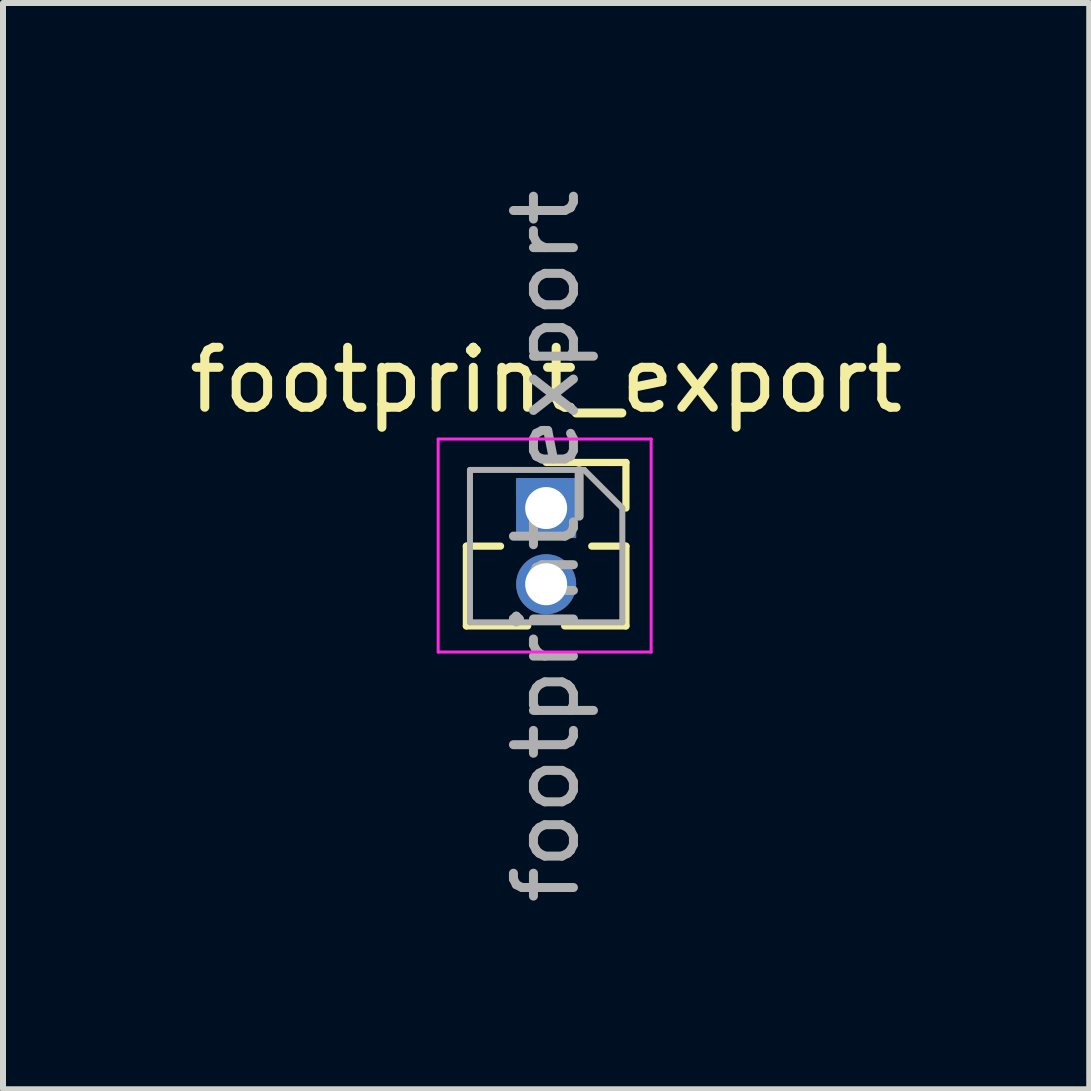
<source format=kicad_pcb>
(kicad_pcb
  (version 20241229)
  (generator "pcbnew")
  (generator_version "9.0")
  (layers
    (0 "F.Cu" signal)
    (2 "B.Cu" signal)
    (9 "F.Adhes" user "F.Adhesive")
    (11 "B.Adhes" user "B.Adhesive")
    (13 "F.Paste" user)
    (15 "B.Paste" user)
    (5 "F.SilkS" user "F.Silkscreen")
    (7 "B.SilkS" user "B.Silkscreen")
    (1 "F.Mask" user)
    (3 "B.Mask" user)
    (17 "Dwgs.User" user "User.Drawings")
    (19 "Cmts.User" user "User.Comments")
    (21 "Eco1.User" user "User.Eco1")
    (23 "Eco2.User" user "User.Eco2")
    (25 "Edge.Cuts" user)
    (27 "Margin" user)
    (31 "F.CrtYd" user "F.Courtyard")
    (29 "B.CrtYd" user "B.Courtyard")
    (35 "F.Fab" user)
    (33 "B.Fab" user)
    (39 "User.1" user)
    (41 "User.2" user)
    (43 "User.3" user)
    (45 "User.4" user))
  (footprint "footprint_export"
    (layer "F.Cu")
    (at 6.054 5.419)
    (property "Reference" "footprint_export" (at 0 -2.135 0) (layer "F.SilkS") (effects (font (size 1 1) (thickness 0.15))))
    (attr through_hole)
    (fp_line (start -1.33 0.635) (end -1.33 1.965) (stroke (width 0.12) (type solid)) (layer "F.SilkS"))
    (fp_line (start -1.33 0.635) (end -0.76 0.635) (stroke (width 0.12) (type solid)) (layer "F.SilkS"))
    (fp_line (start -1.33 1.965) (end -0.308 1.965) (stroke (width 0.12) (type solid)) (layer "F.SilkS"))
    (fp_line (start 0 -0.76) (end 1.33 -0.76) (stroke (width 0.12) (type solid)) (layer "F.SilkS"))
    (fp_line (start 0.308 1.965) (end 1.33 1.965) (stroke (width 0.12) (type solid)) (layer "F.SilkS"))
    (fp_line (start 0.76 0.635) (end 1.33 0.635) (stroke (width 0.12) (type solid)) (layer "F.SilkS"))
    (fp_line (start 1.33 -0.76) (end 1.33 0) (stroke (width 0.12) (type solid)) (layer "F.SilkS"))
    (fp_line (start 1.33 0.635) (end 1.33 1.965) (stroke (width 0.12) (type solid)) (layer "F.SilkS"))
    (fp_line (start -1.8 -1.15) (end 1.75 -1.15) (stroke (width 0.05) (type solid)) (layer "F.CrtYd"))
    (fp_line (start -1.8 2.4) (end -1.8 -1.15) (stroke (width 0.05) (type solid)) (layer "F.CrtYd"))
    (fp_line (start 1.75 -1.15) (end 1.75 2.4) (stroke (width 0.05) (type solid)) (layer "F.CrtYd"))
    (fp_line (start 1.75 2.4) (end -1.8 2.4) (stroke (width 0.05) (type solid)) (layer "F.CrtYd"))
    (fp_line (start -1.27 -0.635) (end 0.635 -0.635) (stroke (width 0.1) (type solid)) (layer "F.Fab"))
    (fp_line (start -1.27 1.905) (end -1.27 -0.635) (stroke (width 0.1) (type solid)) (layer "F.Fab"))
    (fp_line (start 0.635 -0.635) (end 1.27 0) (stroke (width 0.1) (type solid)) (layer "F.Fab"))
    (fp_line (start 1.27 0) (end 1.27 1.905) (stroke (width 0.1) (type solid)) (layer "F.Fab"))
    (fp_line (start 1.27 1.905) (end -1.27 1.905) (stroke (width 0.1) (type solid)) (layer "F.Fab"))
    (fp_text user "${REFERENCE}" (at 0 0.635 90) (layer "F.Fab") (effects (font (size 1 1) (thickness 0.15))))
    (pad "1" thru_hole rect (at 0 0) (size 1 1) (drill 0.7) (layers "*.Cu" "*.Mask"))
    (pad "2" thru_hole oval (at 0 1.27) (size 1 1) (drill 0.7) (layers "*.Cu" "*.Mask")))
  (gr_rect
    (start -3 -3)
    (end 15.107 15.107)
    (stroke (width 0.1) (type default))
    (fill no)
    (layer "Edge.Cuts")))
</source>
